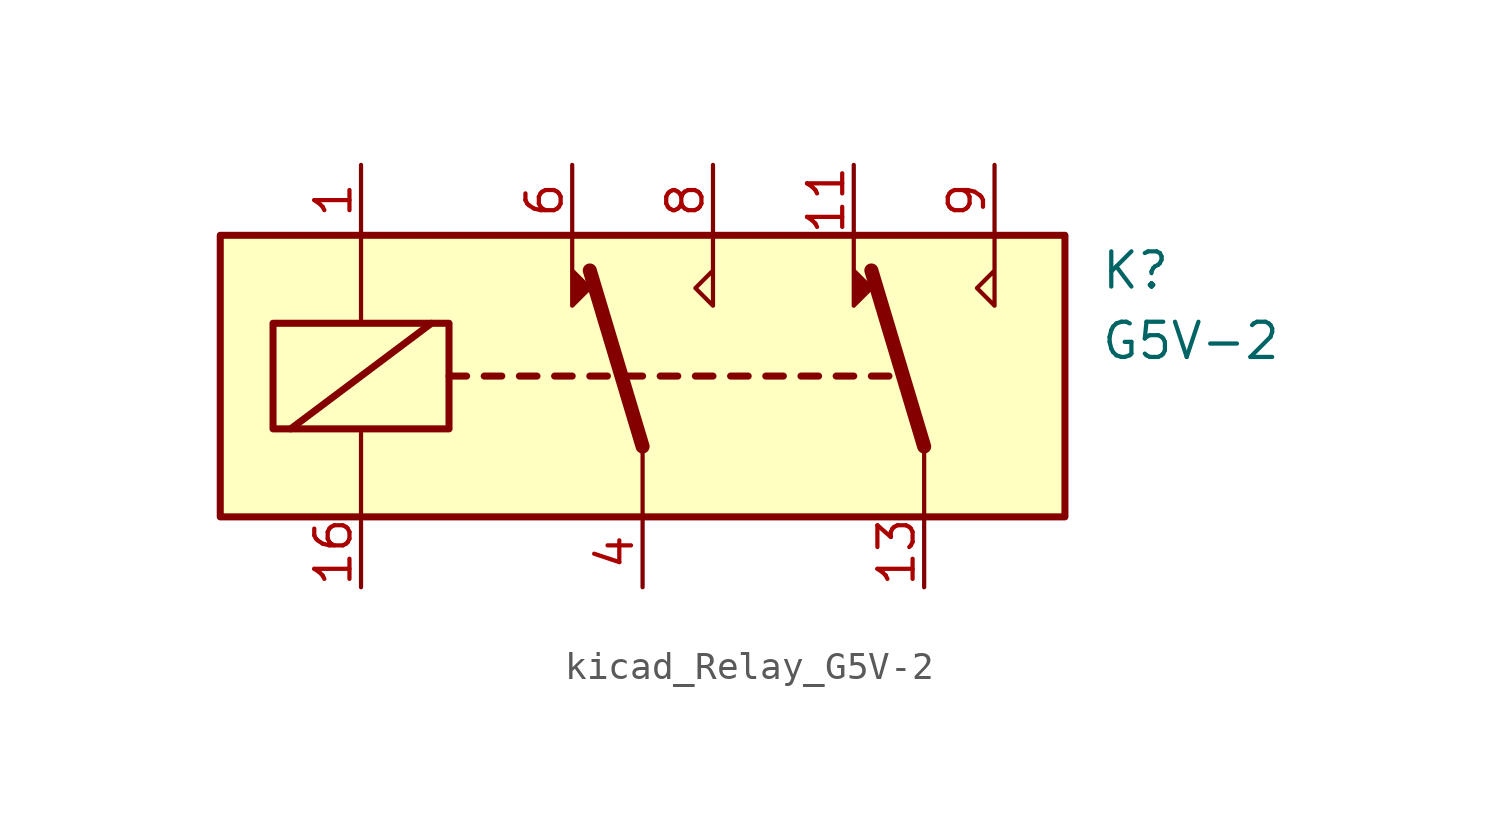
<source format=kicad_sym>
(kicad_symbol_lib
  (version 20220914)
  (generator kicad_symbol_editor)
  (symbol "kicad_Relay_G5V-2"
    (property "Reference" "K"
      (at 16.51 3.81 0)
      (effects (font (size 1.27 1.27)) (justify left)))
    (property "Value" "G5V-2"
      (at 16.51 1.27 0)
      (effects (font (size 1.27 1.27)) (justify left)))
    (symbol "kicad_Relay_G5V-2_0_1"
      (rectangle (start -15.24 5.08) (end 15.24 -5.08) (stroke (width 0.254) (type default)) (fill (type background)))
      (rectangle (start -13.335 1.905) (end -6.985 -1.905) (stroke (width 0.254) (type default)) (fill (type none)))
      (polyline (pts (xy -12.7 -1.905) (xy -7.62 1.905)) (stroke (width 0.254) (type default)) (fill (type none)))
      (polyline (pts (xy -10.16 -5.08) (xy -10.16 -1.905)) (stroke (width 0) (type default)) (fill (type none)))
      (polyline (pts (xy -10.16 5.08) (xy -10.16 1.905)) (stroke (width 0) (type default)) (fill (type none)))
      (polyline (pts (xy -6.985 0) (xy -6.35 0)) (stroke (width 0.254) (type default)) (fill (type none)))
      (polyline (pts (xy -5.715 0) (xy -5.08 0)) (stroke (width 0.254) (type default)) (fill (type none)))
      (polyline (pts (xy -4.445 0) (xy -3.81 0)) (stroke (width 0.254) (type default)) (fill (type none)))
      (polyline (pts (xy -3.175 0) (xy -2.54 0)) (stroke (width 0.254) (type default)) (fill (type none)))
      (polyline (pts (xy -1.905 0) (xy -1.27 0)) (stroke (width 0.254) (type default)) (fill (type none)))
      (polyline (pts (xy -0.635 0) (xy 0 0)) (stroke (width 0.254) (type default)) (fill (type none)))
      (polyline (pts (xy 0 -2.54) (xy -1.905 3.81)) (stroke (width 0.508) (type default)) (fill (type none)))
      (polyline (pts (xy 0 -2.54) (xy 0 -5.08)) (stroke (width 0) (type default)) (fill (type none)))
      (polyline (pts (xy 0.635 0) (xy 1.27 0)) (stroke (width 0.254) (type default)) (fill (type none)))
      (polyline (pts (xy 1.905 0) (xy 2.54 0)) (stroke (width 0.254) (type default)) (fill (type none)))
      (polyline (pts (xy 3.175 0) (xy 3.81 0)) (stroke (width 0.254) (type default)) (fill (type none)))
      (polyline (pts (xy 4.445 0) (xy 5.08 0)) (stroke (width 0.254) (type default)) (fill (type none)))
      (polyline (pts (xy 5.715 0) (xy 6.35 0)) (stroke (width 0.254) (type default)) (fill (type none)))
      (polyline (pts (xy 6.985 0) (xy 7.62 0)) (stroke (width 0.254) (type default)) (fill (type none)))
      (polyline (pts (xy 8.255 0) (xy 8.89 0)) (stroke (width 0.254) (type default)) (fill (type none)))
      (polyline (pts (xy 10.16 -2.54) (xy 8.255 3.81)) (stroke (width 0.508) (type default)) (fill (type none)))
      (polyline (pts (xy 10.16 -2.54) (xy 10.16 -5.08)) (stroke (width 0) (type default)) (fill (type none)))
      (polyline (pts (xy -2.54 5.08) (xy -2.54 2.54) (xy -1.905 3.175) (xy -2.54 3.81)) (stroke (width 0) (type default)) (fill (type outline)))
      (polyline (pts (xy 2.54 5.08) (xy 2.54 2.54) (xy 1.905 3.175) (xy 2.54 3.81)) (stroke (width 0) (type default)) (fill (type none)))
      (polyline (pts (xy 7.62 5.08) (xy 7.62 2.54) (xy 8.255 3.175) (xy 7.62 3.81)) (stroke (width 0) (type default)) (fill (type outline)))
      (polyline (pts (xy 12.7 5.08) (xy 12.7 2.54) (xy 12.065 3.175) (xy 12.7 3.81)) (stroke (width 0) (type default)) (fill (type none))))
    (symbol "kicad_Relay_G5V-2_1_1"
      (pin passive line (at -10.16 7.62 270) (length 2.54) (name "~" (effects (font (size 1.27 1.27)))) (number "1" (effects (font (size 1.27 1.27)))))
      (pin passive line (at 7.62 7.62 270) (length 2.54) (name "~" (effects (font (size 1.27 1.27)))) (number "11" (effects (font (size 1.27 1.27)))))
      (pin passive line (at 10.16 -7.62 90) (length 2.54) (name "~" (effects (font (size 1.27 1.27)))) (number "13" (effects (font (size 1.27 1.27)))))
      (pin passive line (at -10.16 -7.62 90) (length 2.54) (name "~" (effects (font (size 1.27 1.27)))) (number "16" (effects (font (size 1.27 1.27)))))
      (pin passive line (at 0 -7.62 90) (length 2.54) (name "~" (effects (font (size 1.27 1.27)))) (number "4" (effects (font (size 1.27 1.27)))))
      (pin passive line (at -2.54 7.62 270) (length 2.54) (name "~" (effects (font (size 1.27 1.27)))) (number "6" (effects (font (size 1.27 1.27)))))
      (pin passive line (at 2.54 7.62 270) (length 2.54) (name "~" (effects (font (size 1.27 1.27)))) (number "8" (effects (font (size 1.27 1.27)))))
      (pin passive line (at 12.7 7.62 270) (length 2.54) (name "~" (effects (font (size 1.27 1.27)))) (number "9" (effects (font (size 1.27 1.27))))))))
</source>
